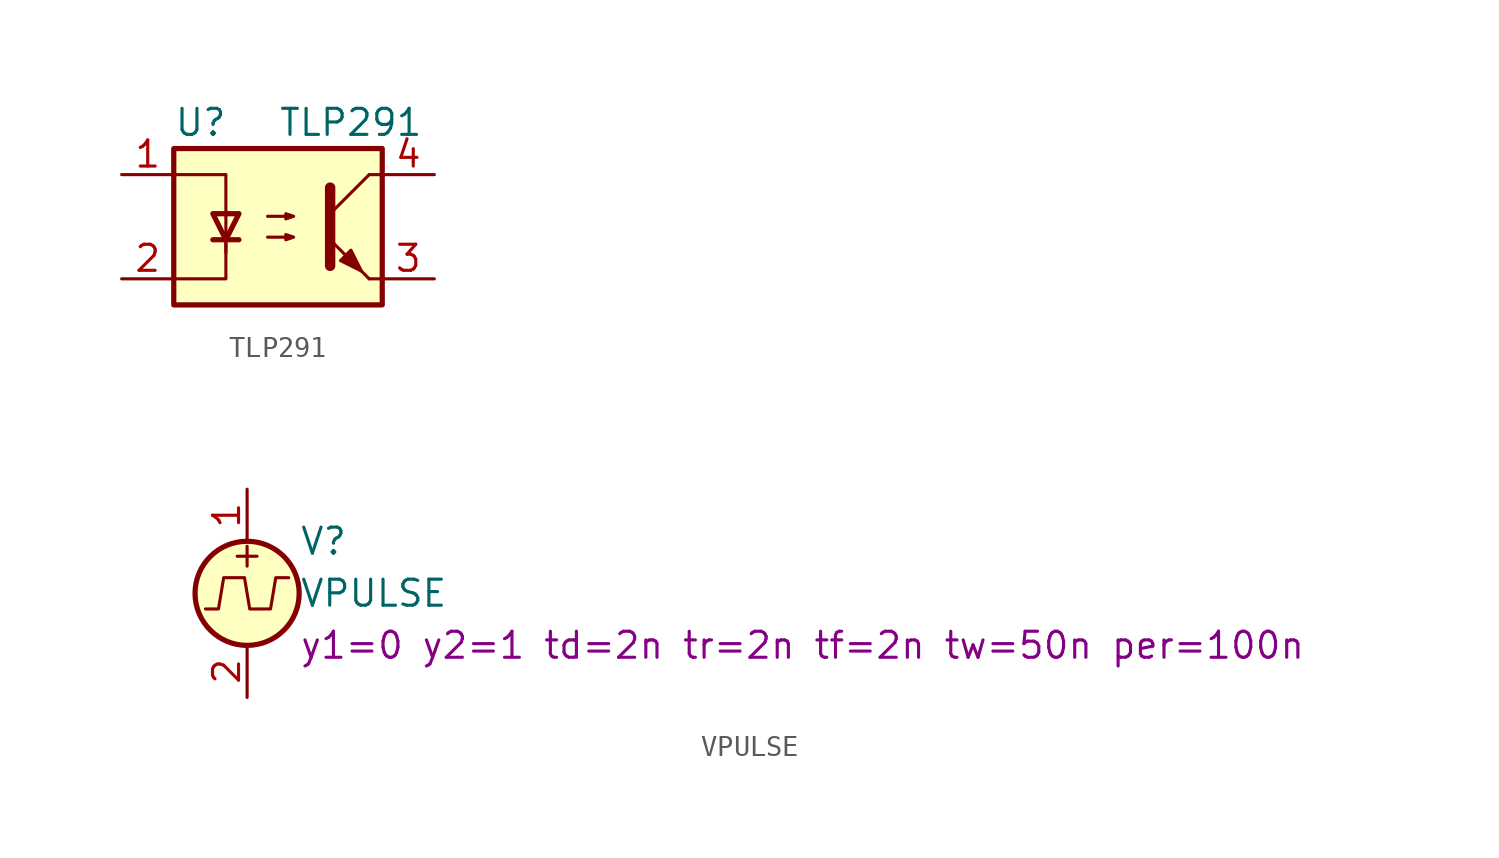
<source format=kicad_sym>
(kicad_symbol_lib
  (version 20241209)
  (generator "kicad_symbol_editor")
  (generator_version "9.0")
  (symbol "TLP291"
    (property "Reference" "U"
      (at -5.08 5.08 0)
      (effects (font (size 1.27 1.27)) (justify left)))
    (property "Value" "TLP291"
      (at 0 5.08 0)
      (effects (font (size 1.27 1.27)) (justify left)))
    (symbol "TLP291_0_1"
      (rectangle (start -5.08 3.81) (end 5.08 -3.81) (stroke (width 0.254) (type default)) (fill (type background)))
      (polyline (pts (xy -5.08 2.54) (xy -2.54 2.54) (xy -2.54 -1.27) (xy -2.54 0.635)) (stroke (width 0) (type default)) (fill (type none)))
      (polyline (pts (xy -3.175 -0.635) (xy -1.905 -0.635)) (stroke (width 0.254) (type default)) (fill (type none)))
      (polyline (pts (xy -2.54 -0.635) (xy -2.54 -2.54) (xy -5.08 -2.54)) (stroke (width 0) (type default)) (fill (type none)))
      (polyline (pts (xy -2.54 -0.635) (xy -3.175 0.635) (xy -1.905 0.635) (xy -2.54 -0.635)) (stroke (width 0.254) (type default)) (fill (type none)))
      (polyline (pts (xy -0.508 0.508) (xy 0.762 0.508) (xy 0.381 0.381) (xy 0.381 0.635) (xy 0.762 0.508)) (stroke (width 0) (type default)) (fill (type none)))
      (polyline (pts (xy -0.508 -0.508) (xy 0.762 -0.508) (xy 0.381 -0.635) (xy 0.381 -0.381) (xy 0.762 -0.508)) (stroke (width 0) (type default)) (fill (type none)))
      (polyline (pts (xy 2.54 1.905) (xy 2.54 -1.905)) (stroke (width 0.508) (type default)) (fill (type none)))
      (polyline (pts (xy 2.54 0.635) (xy 4.445 2.54)) (stroke (width 0) (type default)) (fill (type none)))
      (polyline (pts (xy 3.048 -1.651) (xy 3.556 -1.143) (xy 4.064 -2.159) (xy 3.048 -1.651)) (stroke (width 0) (type default)) (fill (type outline)))
      (polyline (pts (xy 4.445 2.54) (xy 5.08 2.54)) (stroke (width 0) (type default)) (fill (type none)))
      (polyline (pts (xy 4.445 -2.54) (xy 2.54 -0.635)) (stroke (width 0) (type default)) (fill (type outline)))
      (polyline (pts (xy 4.445 -2.54) (xy 5.08 -2.54)) (stroke (width 0) (type default)) (fill (type none))))
    (symbol "TLP291_1_1"
      (pin passive line (at -7.62 2.54 0) (length 2.54) (name "~" (effects (font (size 1.27 1.27)))) (number "1" (effects (font (size 1.27 1.27)))))
      (pin passive line (at -7.62 -2.54 0) (length 2.54) (name "~" (effects (font (size 1.27 1.27)))) (number "2" (effects (font (size 1.27 1.27)))))
      (pin passive line (at 7.62 2.54 180) (length 2.54) (name "~" (effects (font (size 1.27 1.27)))) (number "4" (effects (font (size 1.27 1.27)))))
      (pin passive line (at 7.62 -2.54 180) (length 2.54) (name "~" (effects (font (size 1.27 1.27)))) (number "3" (effects (font (size 1.27 1.27)))))))
  (symbol "VPULSE"
    (pin_names
      (offset 0.025)
      (hide yes))
    (property "Reference" "V"
      (at 2.54 2.54 0)
      (effects (font (size 1.27 1.27)) (justify left)))
    (property "Value" "VPULSE"
      (at 2.54 0 0)
      (effects (font (size 1.27 1.27)) (justify left)))
    (property "Sim.Params" "y1=0 y2=1 td=2n tr=2n tf=2n tw=50n per=100n"
      (at 2.54 -2.54 0)
      (effects (font (size 1.27 1.27)) (justify left)))
    (symbol "VPULSE_0_0"
      (polyline (pts (xy -2.032 -0.762) (xy -1.397 -0.762) (xy -1.143 0.762) (xy -0.127 0.762) (xy 0.127 -0.762) (xy 1.143 -0.762) (xy 1.397 0.762) (xy 2.032 0.762)) (stroke (width 0) (type default)) (fill (type none)))
      (text "+" (at 0 1.905 0) (effects (font (size 1.27 1.27)))))
    (symbol "VPULSE_0_1"
      (circle (center 0 0) (radius 2.54) (stroke (width 0.254) (type default)) (fill (type background))))
    (symbol "VPULSE_1_1"
      (pin passive line (at 0 5.08 270) (length 2.54) (name "~" (effects (font (size 1.27 1.27)))) (number "1" (effects (font (size 1.27 1.27)))))
      (pin passive line (at 0 -5.08 90) (length 2.54) (name "~" (effects (font (size 1.27 1.27)))) (number "2" (effects (font (size 1.27 1.27))))))))
</source>
